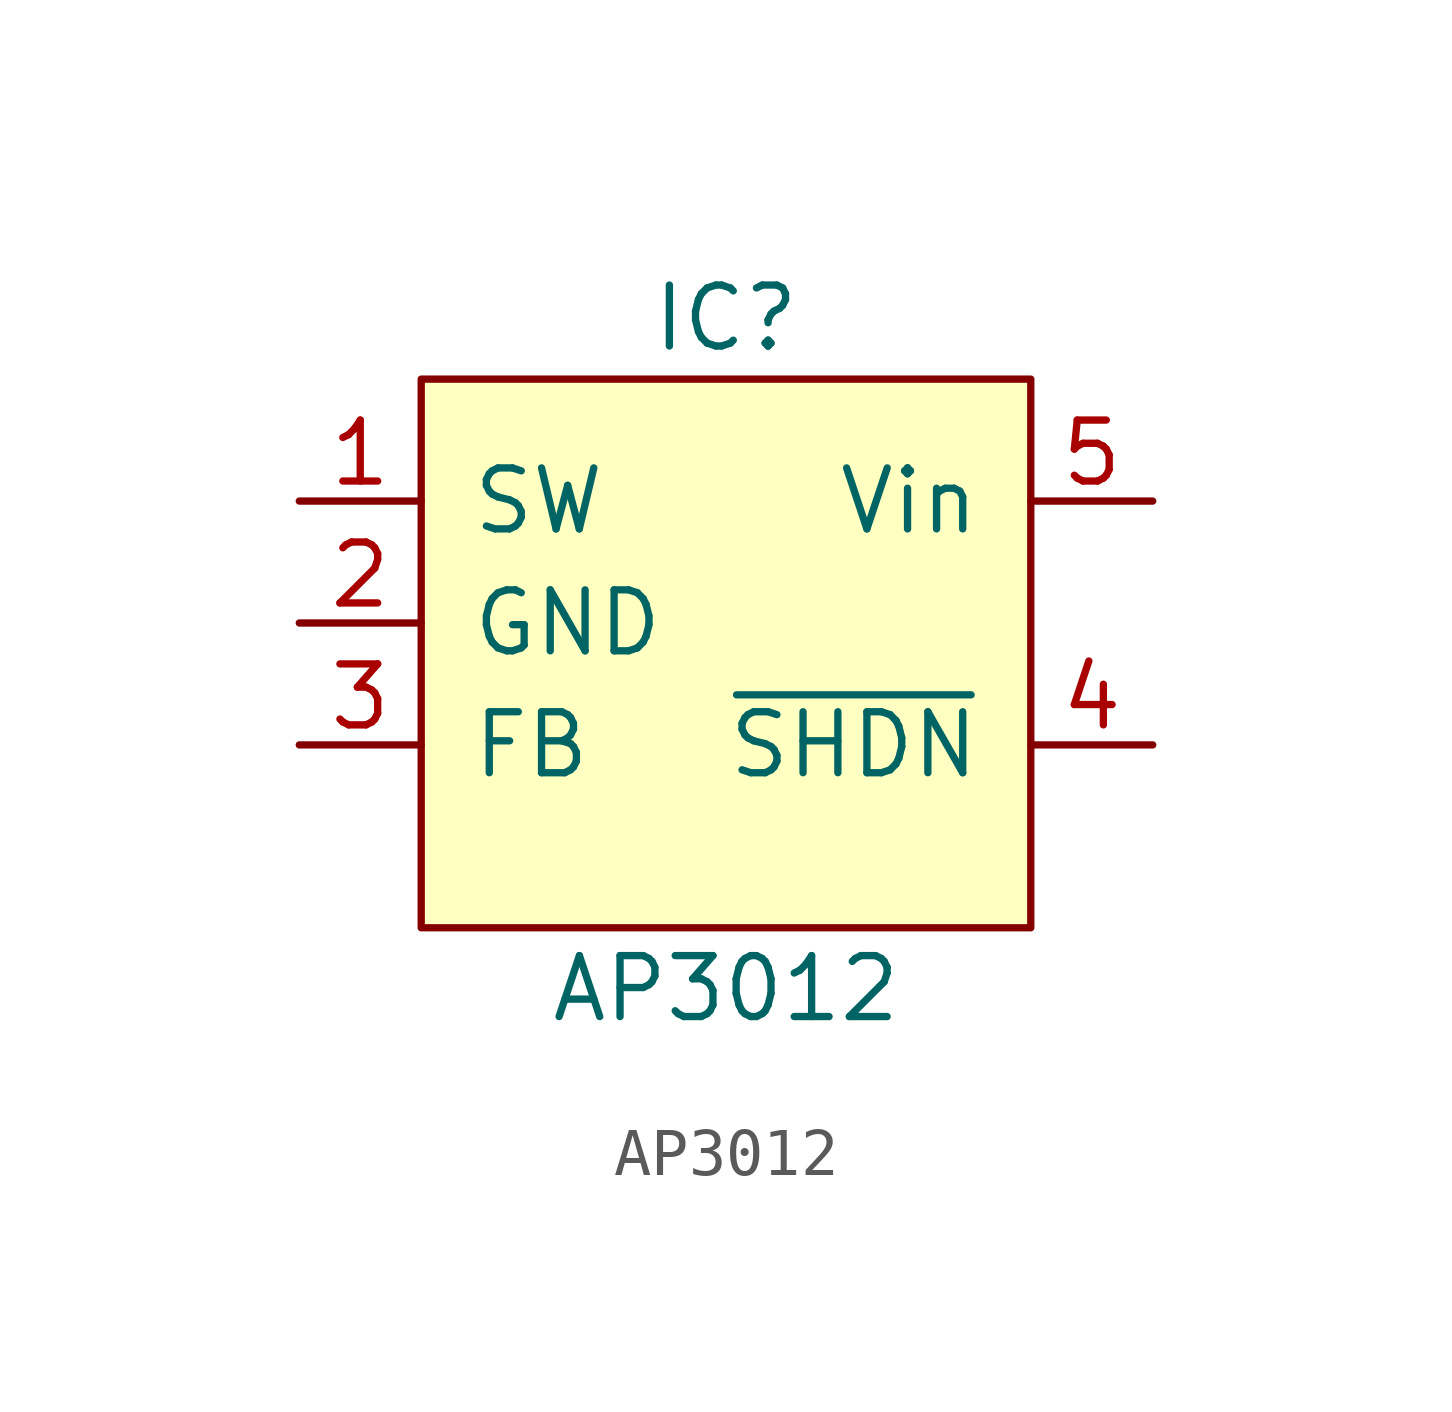
<source format=kicad_sym>
(kicad_symbol_lib
  (version 20220914)
  (generator kicad_symbol_editor)
  (symbol "AP3012"
    (pin_names
      (offset 1.016))
    (property "Reference" "IC"
      (at 0 0 0)
      (effects (font (size 1.27 1.27))))
    (property "Value" "AP3012"
      (at 0 -13.97 0)
      (effects (font (size 1.27 1.27))))
    (symbol "AP3012_0_1"
      (rectangle (start -6.35 -1.27) (end 6.35 -12.7) (stroke (width 0) (type solid)) (fill (type background))))
    (symbol "AP3012_1_1"
      (pin bidirectional line (at -8.89 -3.81 0) (length 2.54) (name "SW" (effects (font (size 1.27 1.27)))) (number "1" (effects (font (size 1.27 1.27)))))
      (pin input line (at -8.89 -6.35 0) (length 2.54) (name "GND" (effects (font (size 1.27 1.27)))) (number "2" (effects (font (size 1.27 1.27)))))
      (pin input line (at -8.89 -8.89 0) (length 2.54) (name "FB" (effects (font (size 1.27 1.27)))) (number "3" (effects (font (size 1.27 1.27)))))
      (pin input line (at 8.89 -8.89 180) (length 2.54) (name "~{SHDN}" (effects (font (size 1.27 1.27)))) (number "4" (effects (font (size 1.27 1.27)))))
      (pin input line (at 8.89 -3.81 180) (length 2.54) (name "Vin" (effects (font (size 1.27 1.27)))) (number "5" (effects (font (size 1.27 1.27))))))))
</source>
